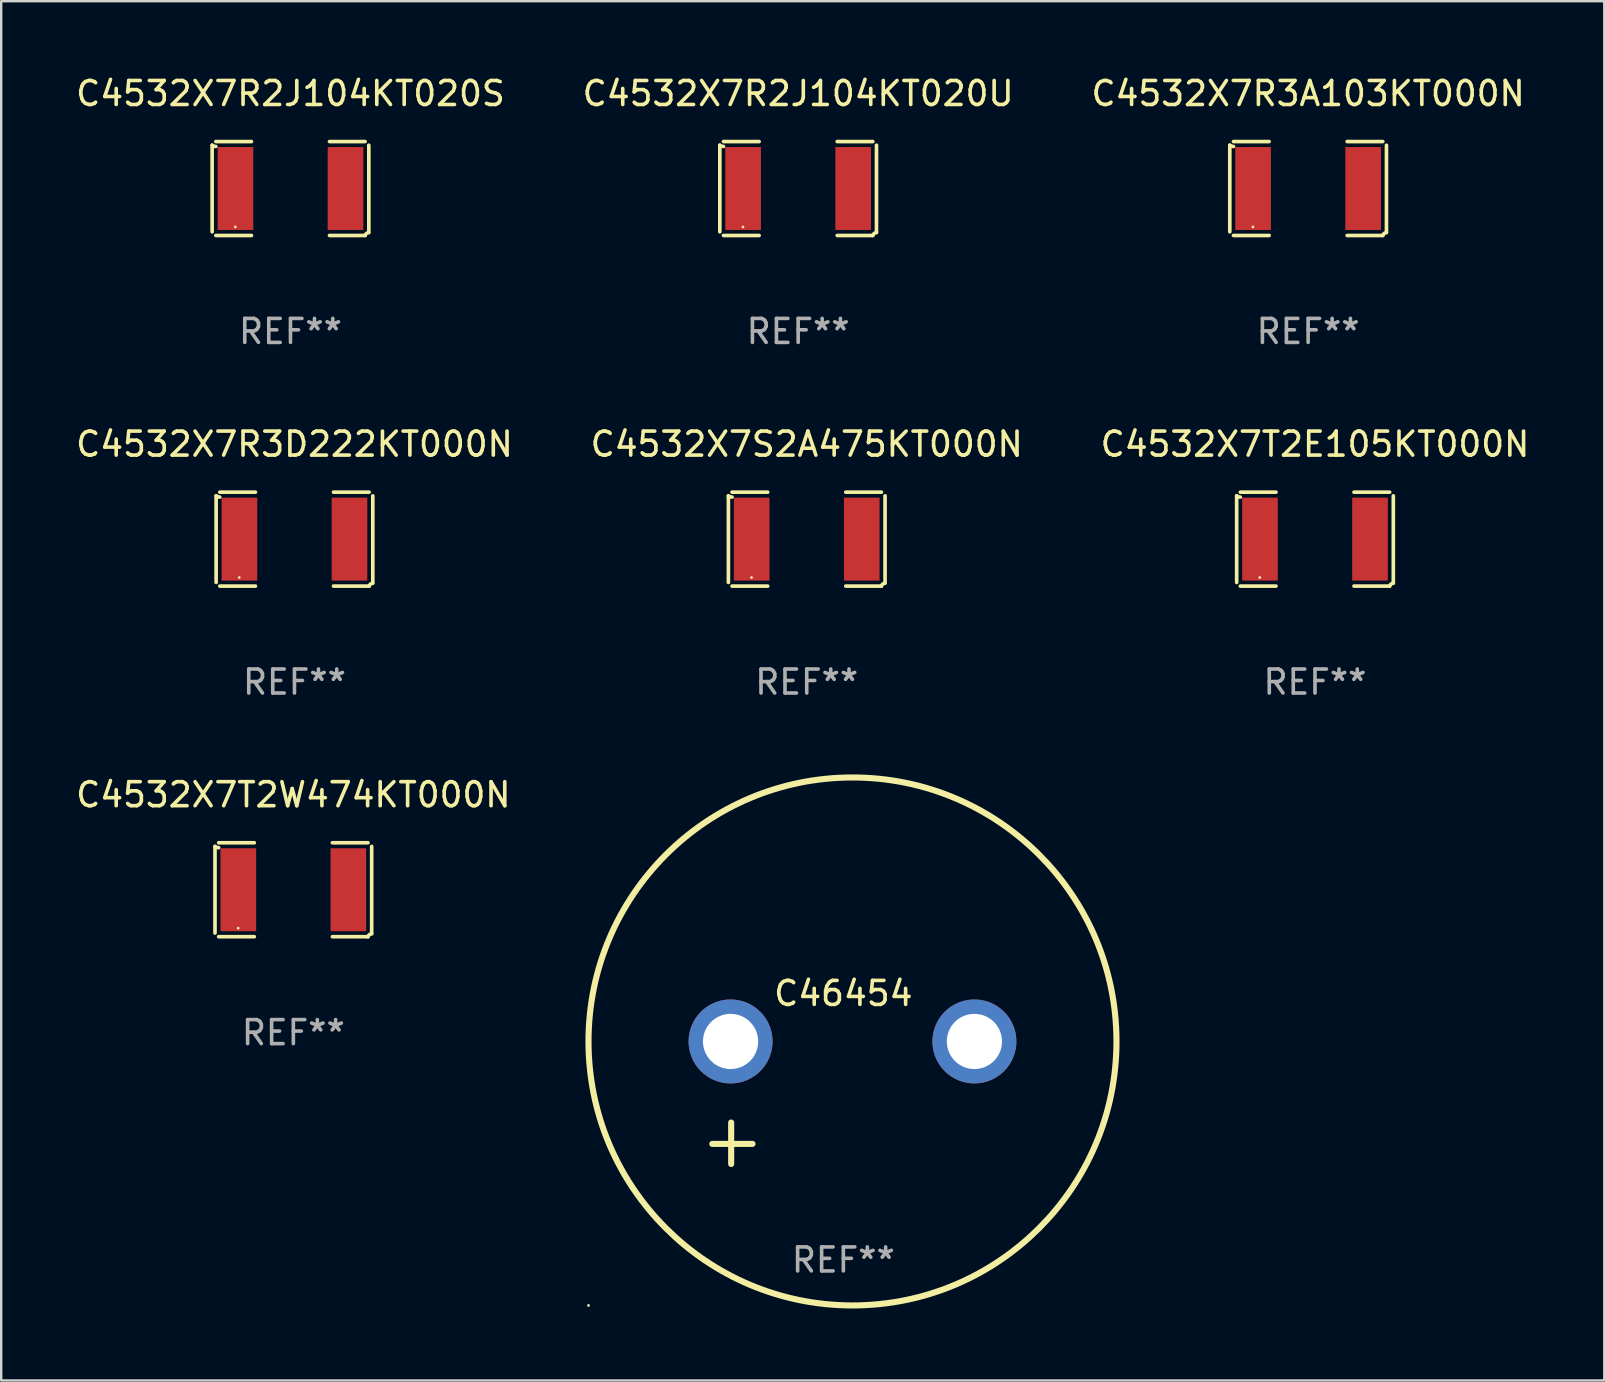
<source format=kicad_pcb>
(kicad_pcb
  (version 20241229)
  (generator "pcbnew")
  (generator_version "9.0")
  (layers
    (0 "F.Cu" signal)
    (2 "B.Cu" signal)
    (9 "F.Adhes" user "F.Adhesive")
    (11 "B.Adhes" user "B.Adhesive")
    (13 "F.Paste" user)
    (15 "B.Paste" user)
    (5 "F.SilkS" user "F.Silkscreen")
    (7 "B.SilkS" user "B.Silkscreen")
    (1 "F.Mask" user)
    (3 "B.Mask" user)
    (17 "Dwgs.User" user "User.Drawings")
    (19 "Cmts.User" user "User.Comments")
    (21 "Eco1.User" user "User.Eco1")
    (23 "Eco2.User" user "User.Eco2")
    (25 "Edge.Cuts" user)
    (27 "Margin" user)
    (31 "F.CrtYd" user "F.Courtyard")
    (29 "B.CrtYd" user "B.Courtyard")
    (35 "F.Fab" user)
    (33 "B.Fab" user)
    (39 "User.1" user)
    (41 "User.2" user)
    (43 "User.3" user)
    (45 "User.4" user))
  (footprint "C4532X7R3D222KT000N"
    (layer "F.Cu")
    (at 9.22 19.415)
    (property "Reference" "C4532X7R3D222KT000N" (at 0 -3.957 0) (layer "F.SilkS") (effects (font (size 1 1) (thickness 0.15))))
    (attr through_hole)
    (fp_line (start -3.264 1.804) (end -3.264 -1.804) (stroke (width 0.152) (type solid)) (layer "F.SilkS"))
    (fp_line (start -3.111 -1.957) (end -1.626 -1.957) (stroke (width 0.152) (type solid)) (layer "F.SilkS"))
    (fp_line (start -1.626 1.957) (end -3.111 1.957) (stroke (width 0.152) (type solid)) (layer "F.SilkS"))
    (fp_line (start 1.626 1.957) (end 3.111 1.957) (stroke (width 0.152) (type solid)) (layer "F.SilkS"))
    (fp_line (start 3.111 -1.957) (end 1.626 -1.957) (stroke (width 0.152) (type solid)) (layer "F.SilkS"))
    (fp_line (start 3.264 1.804) (end 3.264 -1.804) (stroke (width 0.152) (type solid)) (layer "F.SilkS"))
    (fp_arc (start -3.111202 -1.752192) (mid -3.191715 -1.76555) (end -3.263602 -1.804191) (stroke (width 0.1524) (type solid)) (layer "F.SilkS"))
    (fp_arc (start 3.111201 1.956591) (mid 3.167789 1.872777) (end 3.263602 1.840424) (stroke (width 0.1524) (type solid)) (layer "F.SilkS"))
    (fp_circle (center -2.3 1.6) (end -2.27 1.6) (stroke (width 0.06) (type solid)) (fill no) (layer "F.SilkS"))
    (fp_text user "REF**" (at 0 5.957 0) (layer "F.Fab") (effects (font (size 1 1) (thickness 0.15))))
    (pad "1" smd rect (at -2.293 0) (size 1.485 3.456) (layers "F.Cu" "F.Mask" "F.Paste"))
    (pad "2" smd rect (at 2.293 0) (size 1.485 3.456) (layers "F.Cu" "F.Mask" "F.Paste")))
  (footprint "C4532X7T2E105KT000N"
    (layer "F.Cu")
    (at 51.744 19.415)
    (property "Reference" "C4532X7T2E105KT000N" (at 0 -3.957 0) (layer "F.SilkS") (effects (font (size 1 1) (thickness 0.15))))
    (attr through_hole)
    (fp_line (start -3.264 1.804) (end -3.264 -1.804) (stroke (width 0.152) (type solid)) (layer "F.SilkS"))
    (fp_line (start -3.111 -1.957) (end -1.626 -1.957) (stroke (width 0.152) (type solid)) (layer "F.SilkS"))
    (fp_line (start -1.626 1.957) (end -3.111 1.957) (stroke (width 0.152) (type solid)) (layer "F.SilkS"))
    (fp_line (start 1.626 1.957) (end 3.111 1.957) (stroke (width 0.152) (type solid)) (layer "F.SilkS"))
    (fp_line (start 3.111 -1.957) (end 1.626 -1.957) (stroke (width 0.152) (type solid)) (layer "F.SilkS"))
    (fp_line (start 3.264 1.804) (end 3.264 -1.804) (stroke (width 0.152) (type solid)) (layer "F.SilkS"))
    (fp_arc (start -3.111202 -1.752192) (mid -3.191715 -1.76555) (end -3.263602 -1.804191) (stroke (width 0.1524) (type solid)) (layer "F.SilkS"))
    (fp_arc (start 3.111201 1.956591) (mid 3.167789 1.872777) (end 3.263602 1.840424) (stroke (width 0.1524) (type solid)) (layer "F.SilkS"))
    (fp_circle (center -2.3 1.6) (end -2.27 1.6) (stroke (width 0.06) (type solid)) (fill no) (layer "F.SilkS"))
    (fp_text user "REF**" (at 0 5.957 0) (layer "F.Fab") (effects (font (size 1 1) (thickness 0.15))))
    (pad "1" smd rect (at -2.293 0) (size 1.485 3.456) (layers "F.Cu" "F.Mask" "F.Paste"))
    (pad "2" smd rect (at 2.293 0) (size 1.485 3.456) (layers "F.Cu" "F.Mask" "F.Paste")))
  (footprint "C46454"
    (layer "F.Cu")
    (at 32.091 42.899)
    (property "Reference" "C46454" (at 0 -4.553 0) (layer "F.SilkS") (effects (font (size 1 1) (thickness 0.15))))
    (attr through_hole)
    (fp_line (start -4.674 2.553) (end -4.674 0.826) (stroke (width 0.254) (type solid)) (layer "F.SilkS"))
    (fp_line (start -3.785 1.715) (end -5.461 1.715) (stroke (width 0.254) (type solid)) (layer "F.SilkS"))
    (fp_circle (center -10.619 8.447) (end -10.589 8.447) (stroke (width 0.06) (type solid)) (fill no) (layer "F.SilkS"))
    (fp_circle (center 0.381 -2.553) (end 11.381 -2.553) (stroke (width 0.254) (type solid)) (fill no) (layer "F.SilkS"))
    (fp_text user "REF**" (at 0 6.553 0) (layer "F.Fab") (effects (font (size 1 1) (thickness 0.15))))
    (pad "1" thru_hole circle (at -4.699 -2.553) (size 3.5 3.5) (drill 2.3) (layers "*.Cu" "*.Mask"))
    (pad "2" thru_hole circle (at 5.461 -2.553) (size 3.5 3.5) (drill 2.3) (layers "*.Cu" "*.Mask")))
  (footprint "C4532X7S2A475KT000N"
    (layer "F.Cu")
    (at 30.565 19.415)
    (property "Reference" "C4532X7S2A475KT000N" (at 0 -3.957 0) (layer "F.SilkS") (effects (font (size 1 1) (thickness 0.15))))
    (attr through_hole)
    (fp_line (start -3.264 1.804) (end -3.264 -1.804) (stroke (width 0.152) (type solid)) (layer "F.SilkS"))
    (fp_line (start -3.111 -1.957) (end -1.626 -1.957) (stroke (width 0.152) (type solid)) (layer "F.SilkS"))
    (fp_line (start -1.626 1.957) (end -3.111 1.957) (stroke (width 0.152) (type solid)) (layer "F.SilkS"))
    (fp_line (start 1.626 1.957) (end 3.111 1.957) (stroke (width 0.152) (type solid)) (layer "F.SilkS"))
    (fp_line (start 3.111 -1.957) (end 1.626 -1.957) (stroke (width 0.152) (type solid)) (layer "F.SilkS"))
    (fp_line (start 3.264 1.804) (end 3.264 -1.804) (stroke (width 0.152) (type solid)) (layer "F.SilkS"))
    (fp_arc (start -3.111202 -1.752192) (mid -3.191715 -1.76555) (end -3.263602 -1.804191) (stroke (width 0.1524) (type solid)) (layer "F.SilkS"))
    (fp_arc (start 3.111201 1.956591) (mid 3.167789 1.872777) (end 3.263602 1.840424) (stroke (width 0.1524) (type solid)) (layer "F.SilkS"))
    (fp_circle (center -2.3 1.6) (end -2.27 1.6) (stroke (width 0.06) (type solid)) (fill no) (layer "F.SilkS"))
    (fp_text user "REF**" (at 0 5.957 0) (layer "F.Fab") (effects (font (size 1 1) (thickness 0.15))))
    (pad "1" smd rect (at -2.293 0) (size 1.485 3.456) (layers "F.Cu" "F.Mask" "F.Paste"))
    (pad "2" smd rect (at 2.293 0) (size 1.485 3.456) (layers "F.Cu" "F.Mask" "F.Paste")))
  (footprint "C4532X7R3A103KT000N"
    (layer "F.Cu")
    (at 51.458 4.805)
    (property "Reference" "C4532X7R3A103KT000N" (at 0 -3.957 0) (layer "F.SilkS") (effects (font (size 1 1) (thickness 0.15))))
    (attr through_hole)
    (fp_line (start -3.264 1.804) (end -3.264 -1.804) (stroke (width 0.152) (type solid)) (layer "F.SilkS"))
    (fp_line (start -3.111 -1.957) (end -1.626 -1.957) (stroke (width 0.152) (type solid)) (layer "F.SilkS"))
    (fp_line (start -1.626 1.957) (end -3.111 1.957) (stroke (width 0.152) (type solid)) (layer "F.SilkS"))
    (fp_line (start 1.626 1.957) (end 3.111 1.957) (stroke (width 0.152) (type solid)) (layer "F.SilkS"))
    (fp_line (start 3.111 -1.957) (end 1.626 -1.957) (stroke (width 0.152) (type solid)) (layer "F.SilkS"))
    (fp_line (start 3.264 1.804) (end 3.264 -1.804) (stroke (width 0.152) (type solid)) (layer "F.SilkS"))
    (fp_arc (start -3.111202 -1.752192) (mid -3.191715 -1.76555) (end -3.263602 -1.804191) (stroke (width 0.1524) (type solid)) (layer "F.SilkS"))
    (fp_arc (start 3.111201 1.956591) (mid 3.167789 1.872777) (end 3.263602 1.840424) (stroke (width 0.1524) (type solid)) (layer "F.SilkS"))
    (fp_circle (center -2.3 1.6) (end -2.27 1.6) (stroke (width 0.06) (type solid)) (fill no) (layer "F.SilkS"))
    (fp_text user "REF**" (at 0 5.957 0) (layer "F.Fab") (effects (font (size 1 1) (thickness 0.15))))
    (pad "1" smd rect (at -2.293 0) (size 1.485 3.456) (layers "F.Cu" "F.Mask" "F.Paste"))
    (pad "2" smd rect (at 2.293 0) (size 1.485 3.456) (layers "F.Cu" "F.Mask" "F.Paste")))
  (footprint "C4532X7R2J104KT020S"
    (layer "F.Cu")
    (at 9.054 4.805)
    (property "Reference" "C4532X7R2J104KT020S" (at 0 -3.957 0) (layer "F.SilkS") (effects (font (size 1 1) (thickness 0.15))))
    (attr through_hole)
    (fp_line (start -3.264 1.804) (end -3.264 -1.804) (stroke (width 0.152) (type solid)) (layer "F.SilkS"))
    (fp_line (start -3.111 -1.957) (end -1.626 -1.957) (stroke (width 0.152) (type solid)) (layer "F.SilkS"))
    (fp_line (start -1.626 1.957) (end -3.111 1.957) (stroke (width 0.152) (type solid)) (layer "F.SilkS"))
    (fp_line (start 1.626 1.957) (end 3.111 1.957) (stroke (width 0.152) (type solid)) (layer "F.SilkS"))
    (fp_line (start 3.111 -1.957) (end 1.626 -1.957) (stroke (width 0.152) (type solid)) (layer "F.SilkS"))
    (fp_line (start 3.264 1.804) (end 3.264 -1.804) (stroke (width 0.152) (type solid)) (layer "F.SilkS"))
    (fp_arc (start -3.111202 -1.752192) (mid -3.191715 -1.76555) (end -3.263602 -1.804191) (stroke (width 0.1524) (type solid)) (layer "F.SilkS"))
    (fp_arc (start 3.111201 1.956591) (mid 3.167789 1.872777) (end 3.263602 1.840424) (stroke (width 0.1524) (type solid)) (layer "F.SilkS"))
    (fp_circle (center -2.3 1.6) (end -2.27 1.6) (stroke (width 0.06) (type solid)) (fill no) (layer "F.SilkS"))
    (fp_text user "REF**" (at 0 5.957 0) (layer "F.Fab") (effects (font (size 1 1) (thickness 0.15))))
    (pad "1" smd rect (at -2.293 0) (size 1.485 3.456) (layers "F.Cu" "F.Mask" "F.Paste"))
    (pad "2" smd rect (at 2.293 0) (size 1.485 3.456) (layers "F.Cu" "F.Mask" "F.Paste")))
  (footprint "C4532X7R2J104KT020U"
    (layer "F.Cu")
    (at 30.208 4.805)
    (property "Reference" "C4532X7R2J104KT020U" (at 0 -3.957 0) (layer "F.SilkS") (effects (font (size 1 1) (thickness 0.15))))
    (attr through_hole)
    (fp_line (start -3.264 1.804) (end -3.264 -1.804) (stroke (width 0.152) (type solid)) (layer "F.SilkS"))
    (fp_line (start -3.111 -1.957) (end -1.626 -1.957) (stroke (width 0.152) (type solid)) (layer "F.SilkS"))
    (fp_line (start -1.626 1.957) (end -3.111 1.957) (stroke (width 0.152) (type solid)) (layer "F.SilkS"))
    (fp_line (start 1.626 1.957) (end 3.111 1.957) (stroke (width 0.152) (type solid)) (layer "F.SilkS"))
    (fp_line (start 3.111 -1.957) (end 1.626 -1.957) (stroke (width 0.152) (type solid)) (layer "F.SilkS"))
    (fp_line (start 3.264 1.804) (end 3.264 -1.804) (stroke (width 0.152) (type solid)) (layer "F.SilkS"))
    (fp_arc (start -3.111202 -1.752192) (mid -3.191715 -1.76555) (end -3.263602 -1.804191) (stroke (width 0.1524) (type solid)) (layer "F.SilkS"))
    (fp_arc (start 3.111201 1.956591) (mid 3.167789 1.872777) (end 3.263602 1.840424) (stroke (width 0.1524) (type solid)) (layer "F.SilkS"))
    (fp_circle (center -2.3 1.6) (end -2.27 1.6) (stroke (width 0.06) (type solid)) (fill no) (layer "F.SilkS"))
    (fp_text user "REF**" (at 0 5.957 0) (layer "F.Fab") (effects (font (size 1 1) (thickness 0.15))))
    (pad "1" smd rect (at -2.293 0) (size 1.485 3.456) (layers "F.Cu" "F.Mask" "F.Paste"))
    (pad "2" smd rect (at 2.293 0) (size 1.485 3.456) (layers "F.Cu" "F.Mask" "F.Paste")))
  (footprint "C4532X7T2W474KT000N"
    (layer "F.Cu")
    (at 9.173 34.024)
    (property "Reference" "C4532X7T2W474KT000N" (at 0 -3.957 0) (layer "F.SilkS") (effects (font (size 1 1) (thickness 0.15))))
    (attr through_hole)
    (fp_line (start -3.264 1.804) (end -3.264 -1.804) (stroke (width 0.152) (type solid)) (layer "F.SilkS"))
    (fp_line (start -3.111 -1.957) (end -1.626 -1.957) (stroke (width 0.152) (type solid)) (layer "F.SilkS"))
    (fp_line (start -1.626 1.957) (end -3.111 1.957) (stroke (width 0.152) (type solid)) (layer "F.SilkS"))
    (fp_line (start 1.626 1.957) (end 3.111 1.957) (stroke (width 0.152) (type solid)) (layer "F.SilkS"))
    (fp_line (start 3.111 -1.957) (end 1.626 -1.957) (stroke (width 0.152) (type solid)) (layer "F.SilkS"))
    (fp_line (start 3.264 1.804) (end 3.264 -1.804) (stroke (width 0.152) (type solid)) (layer "F.SilkS"))
    (fp_arc (start -3.111202 -1.752192) (mid -3.191715 -1.76555) (end -3.263602 -1.804191) (stroke (width 0.1524) (type solid)) (layer "F.SilkS"))
    (fp_arc (start 3.111201 1.956591) (mid 3.167789 1.872777) (end 3.263602 1.840424) (stroke (width 0.1524) (type solid)) (layer "F.SilkS"))
    (fp_circle (center -2.3 1.6) (end -2.27 1.6) (stroke (width 0.06) (type solid)) (fill no) (layer "F.SilkS"))
    (fp_text user "REF**" (at 0 5.957 0) (layer "F.Fab") (effects (font (size 1 1) (thickness 0.15))))
    (pad "1" smd rect (at -2.293 0) (size 1.485 3.456) (layers "F.Cu" "F.Mask" "F.Paste"))
    (pad "2" smd rect (at 2.293 0) (size 1.485 3.456) (layers "F.Cu" "F.Mask" "F.Paste")))
  (gr_rect
    (start -3 -3)
    (end 63.798 54.473)
    (stroke (width 0.1) (type default))
    (fill no)
    (layer "Edge.Cuts")))
</source>
